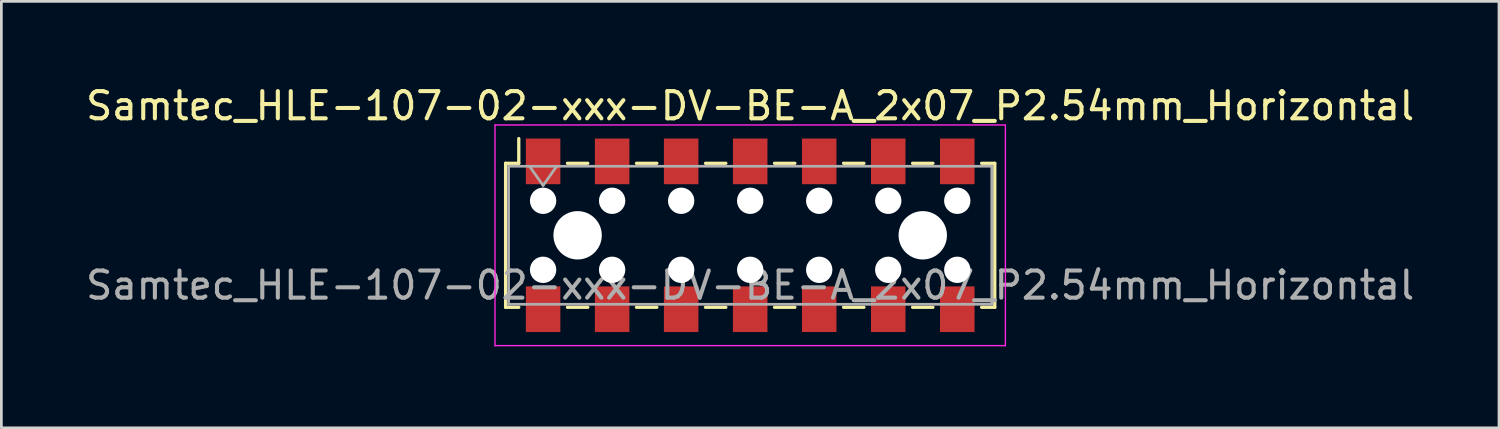
<source format=kicad_pcb>
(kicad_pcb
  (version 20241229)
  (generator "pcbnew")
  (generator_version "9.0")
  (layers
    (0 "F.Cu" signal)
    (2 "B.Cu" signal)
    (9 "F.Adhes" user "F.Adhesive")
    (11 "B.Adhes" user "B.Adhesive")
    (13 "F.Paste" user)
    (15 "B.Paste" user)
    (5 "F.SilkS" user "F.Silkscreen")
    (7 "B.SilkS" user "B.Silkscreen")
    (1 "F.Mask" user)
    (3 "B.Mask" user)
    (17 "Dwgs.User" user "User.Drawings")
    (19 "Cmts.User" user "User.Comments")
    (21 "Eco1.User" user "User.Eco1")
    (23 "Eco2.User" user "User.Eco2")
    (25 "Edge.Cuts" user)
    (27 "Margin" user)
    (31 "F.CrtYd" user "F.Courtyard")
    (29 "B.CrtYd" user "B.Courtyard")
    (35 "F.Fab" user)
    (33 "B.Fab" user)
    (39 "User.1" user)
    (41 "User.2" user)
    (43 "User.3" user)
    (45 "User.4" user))
  (footprint "Samtec_HLE-107-02-xxx-DV-BE-A_2x07_P2.54mm_Horizontal"
    (layer "F.Cu")
    (at 24.554 5.608)
    (property "Reference" "Samtec_HLE-107-02-xxx-DV-BE-A_2x07_P2.54mm_Horizontal" (at 0 -4.76 0) (layer "F.SilkS") (effects (font (size 1 1) (thickness 0.15))))
    (attr smd)
    (fp_line (start -9 -2.65) (end -9 2.65) (stroke (width 0.12) (type solid)) (layer "F.SilkS"))
    (fp_line (start -9 2.65) (end -8.515 2.65) (stroke (width 0.12) (type solid)) (layer "F.SilkS"))
    (fp_line (start -8.515 -3.56) (end -8.515 -2.65) (stroke (width 0.12) (type solid)) (layer "F.SilkS"))
    (fp_line (start -8.515 -2.65) (end -9 -2.65) (stroke (width 0.12) (type solid)) (layer "F.SilkS"))
    (fp_line (start -6.725 -2.65) (end -5.975 -2.65) (stroke (width 0.12) (type solid)) (layer "F.SilkS"))
    (fp_line (start -6.725 2.65) (end -5.975 2.65) (stroke (width 0.12) (type solid)) (layer "F.SilkS"))
    (fp_line (start -4.185 -2.65) (end -3.435 -2.65) (stroke (width 0.12) (type solid)) (layer "F.SilkS"))
    (fp_line (start -4.185 2.65) (end -3.435 2.65) (stroke (width 0.12) (type solid)) (layer "F.SilkS"))
    (fp_line (start -1.645 -2.65) (end -0.895 -2.65) (stroke (width 0.12) (type solid)) (layer "F.SilkS"))
    (fp_line (start -1.645 2.65) (end -0.895 2.65) (stroke (width 0.12) (type solid)) (layer "F.SilkS"))
    (fp_line (start 0.895 -2.65) (end 1.645 -2.65) (stroke (width 0.12) (type solid)) (layer "F.SilkS"))
    (fp_line (start 0.895 2.65) (end 1.645 2.65) (stroke (width 0.12) (type solid)) (layer "F.SilkS"))
    (fp_line (start 3.435 -2.65) (end 4.185 -2.65) (stroke (width 0.12) (type solid)) (layer "F.SilkS"))
    (fp_line (start 3.435 2.65) (end 4.185 2.65) (stroke (width 0.12) (type solid)) (layer "F.SilkS"))
    (fp_line (start 5.975 -2.65) (end 6.725 -2.65) (stroke (width 0.12) (type solid)) (layer "F.SilkS"))
    (fp_line (start 5.975 2.65) (end 6.725 2.65) (stroke (width 0.12) (type solid)) (layer "F.SilkS"))
    (fp_line (start 8.515 -2.65) (end 9 -2.65) (stroke (width 0.12) (type solid)) (layer "F.SilkS"))
    (fp_line (start 9 -2.65) (end 9 2.65) (stroke (width 0.12) (type solid)) (layer "F.SilkS"))
    (fp_line (start 9 2.65) (end 8.515 2.65) (stroke (width 0.12) (type solid)) (layer "F.SilkS"))
    (fp_line (start -9.39 -4.06) (end 9.39 -4.06) (stroke (width 0.05) (type solid)) (layer "F.CrtYd"))
    (fp_line (start -9.39 4.06) (end -9.39 -4.06) (stroke (width 0.05) (type solid)) (layer "F.CrtYd"))
    (fp_line (start 9.39 -4.06) (end 9.39 4.06) (stroke (width 0.05) (type solid)) (layer "F.CrtYd"))
    (fp_line (start 9.39 4.06) (end -9.39 4.06) (stroke (width 0.05) (type solid)) (layer "F.CrtYd"))
    (fp_line (start -8.89 -2.54) (end 8.89 -2.54) (stroke (width 0.1) (type solid)) (layer "F.Fab"))
    (fp_line (start -8.89 2.54) (end -8.89 -2.54) (stroke (width 0.1) (type solid)) (layer "F.Fab"))
    (fp_line (start -8.12 -2.54) (end -7.62 -1.833) (stroke (width 0.1) (type solid)) (layer "F.Fab"))
    (fp_line (start -7.62 -1.833) (end -7.12 -2.54) (stroke (width 0.1) (type solid)) (layer "F.Fab"))
    (fp_line (start 8.89 -2.54) (end 8.89 2.54) (stroke (width 0.1) (type solid)) (layer "F.Fab"))
    (fp_line (start 8.89 2.54) (end -8.89 2.54) (stroke (width 0.1) (type solid)) (layer "F.Fab"))
    (fp_text user "${REFERENCE}" (at 0 1.84 0) (layer "F.Fab") (effects (font (size 1 1) (thickness 0.15))))
    (pad "" np_thru_hole circle (at -7.62 -1.27) (size 0.97 0.97) (drill 0.97) (layers "*.Cu" "*.Mask"))
    (pad "" np_thru_hole circle (at -7.62 1.27) (size 0.97 0.97) (drill 0.97) (layers "*.Cu" "*.Mask"))
    (pad "" np_thru_hole circle (at -6.35 0) (size 1.78 1.78) (drill 1.78) (layers "*.Cu" "*.Mask"))
    (pad "" np_thru_hole circle (at -5.08 -1.27) (size 0.97 0.97) (drill 0.97) (layers "*.Cu" "*.Mask"))
    (pad "" np_thru_hole circle (at -5.08 1.27) (size 0.97 0.97) (drill 0.97) (layers "*.Cu" "*.Mask"))
    (pad "" np_thru_hole circle (at -2.54 -1.27) (size 0.97 0.97) (drill 0.97) (layers "*.Cu" "*.Mask"))
    (pad "" np_thru_hole circle (at -2.54 1.27) (size 0.97 0.97) (drill 0.97) (layers "*.Cu" "*.Mask"))
    (pad "" np_thru_hole circle (at 0 -1.27) (size 0.97 0.97) (drill 0.97) (layers "*.Cu" "*.Mask"))
    (pad "" np_thru_hole circle (at 0 1.27) (size 0.97 0.97) (drill 0.97) (layers "*.Cu" "*.Mask"))
    (pad "" np_thru_hole circle (at 2.54 -1.27) (size 0.97 0.97) (drill 0.97) (layers "*.Cu" "*.Mask"))
    (pad "" np_thru_hole circle (at 2.54 1.27) (size 0.97 0.97) (drill 0.97) (layers "*.Cu" "*.Mask"))
    (pad "" np_thru_hole circle (at 5.08 -1.27) (size 0.97 0.97) (drill 0.97) (layers "*.Cu" "*.Mask"))
    (pad "" np_thru_hole circle (at 5.08 1.27) (size 0.97 0.97) (drill 0.97) (layers "*.Cu" "*.Mask"))
    (pad "" np_thru_hole circle (at 6.35 0) (size 1.78 1.78) (drill 1.78) (layers "*.Cu" "*.Mask"))
    (pad "" np_thru_hole circle (at 7.62 -1.27) (size 0.97 0.97) (drill 0.97) (layers "*.Cu" "*.Mask"))
    (pad "" np_thru_hole circle (at 7.62 1.27) (size 0.97 0.97) (drill 0.97) (layers "*.Cu" "*.Mask"))
    (pad "1" smd rect (at -7.62 -2.72) (size 1.27 1.68) (layers "F.Cu" "F.Mask" "F.Paste"))
    (pad "2" smd rect (at -7.62 2.72) (size 1.27 1.68) (layers "F.Cu" "F.Mask" "F.Paste"))
    (pad "3" smd rect (at -5.08 -2.72) (size 1.27 1.68) (layers "F.Cu" "F.Mask" "F.Paste"))
    (pad "4" smd rect (at -5.08 2.72) (size 1.27 1.68) (layers "F.Cu" "F.Mask" "F.Paste"))
    (pad "5" smd rect (at -2.54 -2.72) (size 1.27 1.68) (layers "F.Cu" "F.Mask" "F.Paste"))
    (pad "6" smd rect (at -2.54 2.72) (size 1.27 1.68) (layers "F.Cu" "F.Mask" "F.Paste"))
    (pad "7" smd rect (at 0 -2.72) (size 1.27 1.68) (layers "F.Cu" "F.Mask" "F.Paste"))
    (pad "8" smd rect (at 0 2.72) (size 1.27 1.68) (layers "F.Cu" "F.Mask" "F.Paste"))
    (pad "9" smd rect (at 2.54 -2.72) (size 1.27 1.68) (layers "F.Cu" "F.Mask" "F.Paste"))
    (pad "10" smd rect (at 2.54 2.72) (size 1.27 1.68) (layers "F.Cu" "F.Mask" "F.Paste"))
    (pad "11" smd rect (at 5.08 -2.72) (size 1.27 1.68) (layers "F.Cu" "F.Mask" "F.Paste"))
    (pad "12" smd rect (at 5.08 2.72) (size 1.27 1.68) (layers "F.Cu" "F.Mask" "F.Paste"))
    (pad "13" smd rect (at 7.62 -2.72) (size 1.27 1.68) (layers "F.Cu" "F.Mask" "F.Paste"))
    (pad "14" smd rect (at 7.62 2.72) (size 1.27 1.68) (layers "F.Cu" "F.Mask" "F.Paste")))
  (gr_rect
    (start -3 -3)
    (end 52.107 12.693)
    (stroke (width 0.1) (type default))
    (fill no)
    (layer "Edge.Cuts")))
</source>
